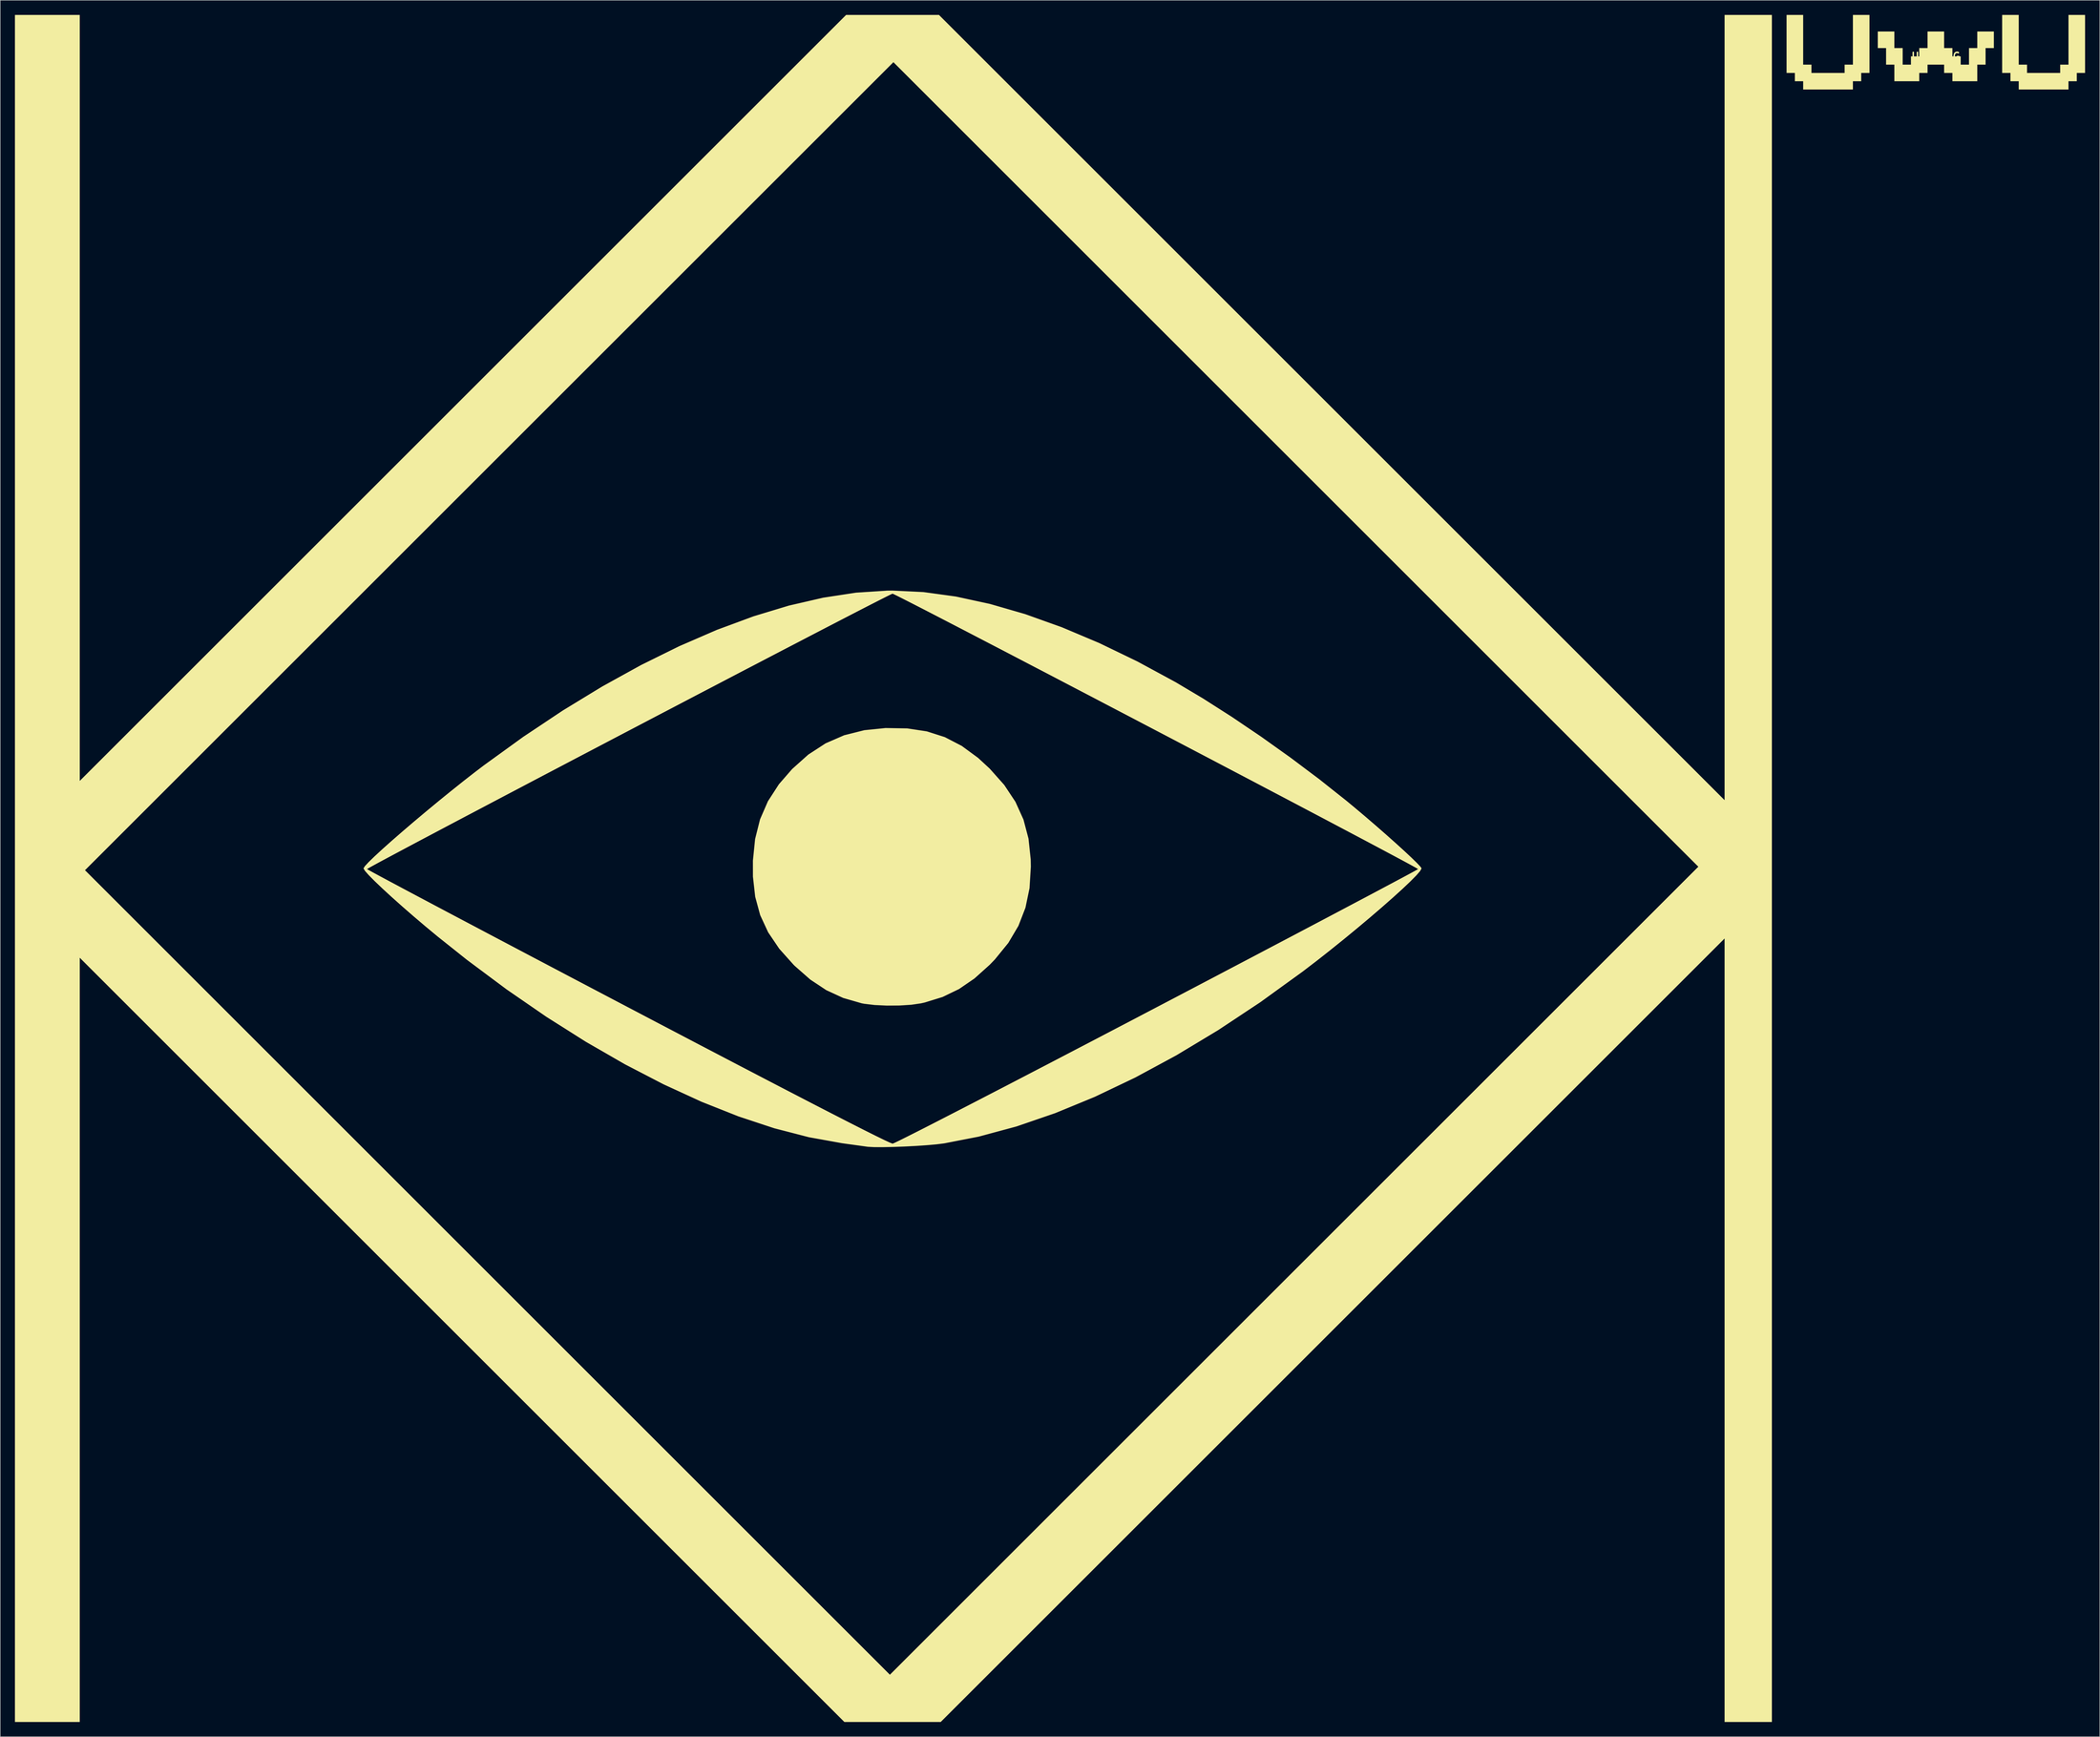
<source format=kicad_pcb>
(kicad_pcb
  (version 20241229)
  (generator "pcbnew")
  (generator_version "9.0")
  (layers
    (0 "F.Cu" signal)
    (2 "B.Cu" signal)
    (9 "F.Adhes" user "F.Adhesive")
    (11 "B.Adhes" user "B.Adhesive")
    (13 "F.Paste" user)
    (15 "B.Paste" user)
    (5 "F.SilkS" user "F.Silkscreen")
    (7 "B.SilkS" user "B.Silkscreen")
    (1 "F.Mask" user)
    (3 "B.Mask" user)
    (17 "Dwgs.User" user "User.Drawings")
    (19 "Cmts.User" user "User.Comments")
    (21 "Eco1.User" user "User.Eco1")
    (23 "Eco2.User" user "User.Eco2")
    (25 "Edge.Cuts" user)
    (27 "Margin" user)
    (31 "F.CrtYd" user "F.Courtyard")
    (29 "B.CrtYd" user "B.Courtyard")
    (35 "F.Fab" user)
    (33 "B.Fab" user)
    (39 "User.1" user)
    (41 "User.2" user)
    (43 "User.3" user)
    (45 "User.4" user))
  (footprint "UWU_IMG"
    (layer "F.Cu")
    (at 392.3 8.467)
    (property "Reference" "UWU_IMG" (at 0 0 0) (layer "F.SilkS") (effects (font (size 1.5 1.5) (thickness 0.3))))
    (attr board_only exclude_from_pos_files exclude_from_bom)
    (fp_poly (pts (xy -27.093 -3.387) (xy -27.093 1.693) (xy -26.247 1.693) (xy -25.4 1.693) (xy -25.4 2.54) (xy -25.4 3.387) (xy -22.013 3.387) (xy -18.627 3.387) (xy -18.627 2.54) (xy -18.627 1.693) (xy -17.78 1.693) (xy -16.933 1.693) (xy -16.933 -3.387) (xy -16.933 -8.467) (xy -15.24 -8.467) (xy -13.547 -8.467) (xy -13.547 -2.54) (xy -13.547 3.387) (xy -14.393 3.387) (xy -15.24 3.387) (xy -15.24 4.233) (xy -15.24 5.08) (xy -16.087 5.08) (xy -16.933 5.08) (xy -16.933 5.927) (xy -16.933 6.773) (xy -22.013 6.773) (xy -27.093 6.773) (xy -27.093 5.927) (xy -27.093 5.08) (xy -27.94 5.08) (xy -28.787 5.08) (xy -28.787 4.233) (xy -28.787 3.387) (xy -29.633 3.387) (xy -30.48 3.387) (xy -30.48 -2.54) (xy -30.48 -8.467) (xy -28.787 -8.467) (xy -27.093 -8.467)) (stroke (width 0) (type solid)) (fill yes) (layer "F.SilkS"))
    (fp_poly (pts (xy 16.933 -3.387) (xy 16.933 1.693) (xy 17.78 1.693) (xy 18.627 1.693) (xy 18.627 2.54) (xy 18.627 3.387) (xy 22.013 3.387) (xy 25.4 3.387) (xy 25.4 2.54) (xy 25.4 1.693) (xy 26.247 1.693) (xy 27.093 1.693) (xy 27.093 -3.387) (xy 27.093 -8.467) (xy 28.787 -8.467) (xy 30.48 -8.467) (xy 30.48 -2.54) (xy 30.48 3.387) (xy 29.633 3.387) (xy 28.787 3.387) (xy 28.787 4.233) (xy 28.787 5.08) (xy 27.94 5.08) (xy 27.093 5.08) (xy 27.093 5.927) (xy 27.093 6.773) (xy 22.013 6.773) (xy 16.933 6.773) (xy 16.933 5.927) (xy 16.933 5.08) (xy 16.087 5.08) (xy 15.24 5.08) (xy 15.24 4.233) (xy 15.24 3.387) (xy 14.393 3.387) (xy 13.547 3.387) (xy 13.547 -2.54) (xy 13.547 -8.467) (xy 15.24 -8.467) (xy 16.933 -8.467)) (stroke (width 0) (type solid)) (fill yes) (layer "F.SilkS"))
    (fp_poly (pts (xy -8.467 -3.387) (xy -8.467 -1.693) (xy -7.62 -1.693) (xy -6.773 -1.693) (xy -6.773 0) (xy -6.773 1.693) (xy -5.927 1.693) (xy -5.08 1.693) (xy -5.08 0.847) (xy -5.08 0) (xy -4.233 0) (xy -3.387 0) (xy -3.387 -0.847) (xy -3.387 -1.693) (xy -2.54 -1.693) (xy -1.693 -1.693) (xy -1.693 -3.387) (xy -1.693 -5.08) (xy 0 -5.08) (xy 1.693 -5.08) (xy 1.693 -3.387) (xy 1.693 -1.693) (xy 2.54 -1.693) (xy 3.387 -1.693) (xy 3.387 -0.847) (xy 3.387 0) (xy 4.233 0) (xy 5.08 0) (xy 5.08 0.847) (xy 5.08 1.693) (xy 5.927 1.693) (xy 6.773 1.693) (xy 6.773 0) (xy 6.773 -1.693) (xy 7.62 -1.693) (xy 8.467 -1.693) (xy 8.467 -3.387) (xy 8.467 -5.08) (xy 10.16 -5.08) (xy 11.853 -5.08) (xy 11.853 -3.387) (xy 11.853 -1.693) (xy 11.007 -1.693) (xy 10.16 -1.693) (xy 10.16 0) (xy 10.16 1.693) (xy 9.313 1.693) (xy 8.467 1.693) (xy 8.467 3.387) (xy 8.467 5.08) (xy 5.927 5.08) (xy 3.387 5.08) (xy 3.387 4.233) (xy 3.387 3.387) (xy 2.54 3.387) (xy 1.693 3.387) (xy 1.693 2.54) (xy 1.693 1.693) (xy 0 1.693) (xy -1.693 1.693) (xy -1.693 2.54) (xy -1.693 3.387) (xy -2.54 3.387) (xy -3.387 3.387) (xy -3.387 4.233) (xy -3.387 5.08) (xy -5.927 5.08) (xy -8.467 5.08) (xy -8.467 3.387) (xy -8.467 1.693) (xy -9.313 1.693) (xy -10.16 1.693) (xy -10.16 0) (xy -10.16 -1.693) (xy -11.007 -1.693) (xy -11.853 -1.693) (xy -11.853 -3.387) (xy -11.853 -5.08) (xy -10.16 -5.08) (xy -8.467 -5.08)) (stroke (width 0) (type solid)) (fill yes) (layer "F.SilkS")))
  (footprint "SYMBOL_IMG"
    (layer "F.Cu")
    (at 179.41 174.401)
    (property "Reference" "SYMBOL_IMG" (at 0 0 0) (layer "F.SilkS") (effects (font (size 1.5 1.5) (thickness 0.3))))
    (attr board_only exclude_from_pos_files exclude_from_bom)
    (fp_poly (pts (xy -166.173 -96.145) (xy -166.173 -17.888) (xy -87.916 -96.145) (xy -9.659 -174.401) (xy -0.179 -174.401) (xy 9.301 -174.401) (xy 89.526 -94.177) (xy 169.751 -13.953) (xy 169.751 -94.177) (xy 169.751 -174.401) (xy 174.58 -174.401) (xy 179.41 -174.401) (xy 179.41 0) (xy 179.41 174.401) (xy 174.58 174.401) (xy 169.751 174.401) (xy 169.751 94.356) (xy 169.751 14.31) (xy 89.705 94.356) (xy 9.659 174.401) (xy -0.179 174.401) (xy -10.016 174.401) (xy -88.095 96.324) (xy -166.173 18.246) (xy -166.173 96.324) (xy -166.173 174.401) (xy -172.792 174.401) (xy -179.41 174.401) (xy -179.41 0.357) (xy -165.1 0.357) (xy -82.908 82.55) (xy -0.716 164.742) (xy 81.834 82.193) (xy 164.385 -0.357) (xy 82.193 -82.55) (xy 0.001 -164.742) (xy -82.55 -82.193) (xy -165.1 0.357) (xy -179.41 0.357) (xy -179.41 0) (xy -179.41 -174.401) (xy -172.792 -174.401) (xy -166.173 -174.401)) (stroke (width 0) (type solid)) (fill yes) (layer "F.SilkS"))
    (fp_poly (pts (xy 2.816 -28.619) (xy 6.822 -28.01) (xy 10.504 -26.83) (xy 13.958 -25.04) (xy 17.276 -22.605) (xy 19.676 -20.392) (xy 22.64 -17.053) (xy 24.923 -13.613) (xy 26.561 -9.988) (xy 27.589 -6.095) (xy 28.042 -1.85) (xy 28.071 -0.358) (xy 27.8 4.022) (xy 26.966 8.022) (xy 25.534 11.726) (xy 23.467 15.218) (xy 20.732 18.58) (xy 19.676 19.676) (xy 16.559 22.476) (xy 13.398 24.643) (xy 10.058 26.254) (xy 6.401 27.386) (xy 5.612 27.564) (xy 3.629 27.852) (xy 1.216 28.004) (xy -1.364 28.021) (xy -3.846 27.903) (xy -5.967 27.65) (xy -6.488 27.549) (xy -10.257 26.46) (xy -13.707 24.871) (xy -16.962 22.715) (xy -20.145 19.921) (xy -20.392 19.676) (xy -23.323 16.395) (xy -25.581 13.05) (xy -27.204 9.545) (xy -28.228 5.785) (xy -28.69 1.675) (xy -28.694 -1.61) (xy -28.245 -6.023) (xy -27.235 -10.037) (xy -25.627 -13.736) (xy -23.383 -17.207) (xy -20.68 -20.32) (xy -17.37 -23.275) (xy -13.848 -25.566) (xy -10.056 -27.216) (xy -5.937 -28.253) (xy -1.61 -28.694)) (stroke (width 0) (type solid)) (fill yes) (layer "F.SilkS"))
    (fp_poly (pts (xy 6.127 -56.469) (xy 12.767 -55.558) (xy 19.707 -54.052) (xy 26.917 -51.962) (xy 34.364 -49.298) (xy 42.016 -46.07) (xy 49.841 -42.288) (xy 57.683 -38.036) (xy 63.236 -34.728) (xy 69.096 -30.985) (xy 75.107 -26.918) (xy 81.111 -22.636) (xy 86.952 -18.249) (xy 92.473 -13.866) (xy 94.016 -12.592) (xy 96.234 -10.723) (xy 98.439 -8.829) (xy 100.564 -6.971) (xy 102.541 -5.21) (xy 104.304 -3.607) (xy 105.785 -2.224) (xy 106.916 -1.122) (xy 107.63 -0.362) (xy 107.861 -0.015) (xy 107.588 0.501) (xy 106.808 1.407) (xy 105.577 2.654) (xy 103.954 4.192) (xy 101.994 5.97) (xy 99.756 7.94) (xy 97.296 10.053) (xy 94.671 12.257) (xy 91.939 14.504) (xy 89.156 16.745) (xy 86.38 18.928) (xy 83.668 21.006) (xy 83.58 21.072) (xy 74.935 27.328) (xy 66.341 33.028) (xy 57.828 38.158) (xy 49.422 42.705) (xy 41.152 46.656) (xy 33.045 49.997) (xy 25.128 52.716) (xy 17.43 54.798) (xy 10.375 56.171) (xy 8.825 56.364) (xy 6.845 56.541) (xy 4.593 56.695) (xy 2.228 56.818) (xy -0.092 56.904) (xy -2.207 56.947) (xy -3.96 56.938) (xy -5.192 56.872) (xy -5.366 56.851) (xy -6.154 56.74) (xy -7.455 56.56) (xy -9.075 56.337) (xy -10.471 56.145) (xy -17.245 54.925) (xy -24.317 53.092) (xy -31.649 50.665) (xy -39.204 47.664) (xy -46.943 44.107) (xy -54.831 40.015) (xy -62.828 35.405) (xy -70.897 30.299) (xy -79.001 24.713) (xy -87.102 18.669) (xy -93.076 13.909) (xy -95.58 11.833) (xy -98.02 9.758) (xy -100.336 7.741) (xy -102.468 5.839) (xy -104.353 4.106) (xy -105.932 2.6) (xy -107.143 1.376) (xy -107.925 0.49) (xy -108.14 0.128) (xy -107.494 0.128) (xy -107.182 0.316) (xy -106.269 0.82) (xy -104.787 1.621) (xy -102.771 2.703) (xy -100.251 4.048) (xy -97.262 5.638) (xy -93.836 7.457) (xy -90.005 9.487) (xy -85.802 11.71) (xy -81.261 14.11) (xy -76.413 16.669) (xy -71.292 19.369) (xy -65.93 22.194) (xy -60.36 25.126) (xy -54.614 28.147) (xy -54.279 28.323) (xy -46.582 32.366) (xy -39.456 36.102) (xy -32.906 39.528) (xy -26.937 42.643) (xy -21.553 45.444) (xy -16.761 47.927) (xy -12.565 50.091) (xy -8.969 51.934) (xy -5.98 53.451) (xy -3.6 54.642) (xy -1.837 55.503) (xy -0.694 56.032) (xy -0.176 56.227) (xy -0.158 56.227) (xy 0.253 56.057) (xy 1.264 55.571) (xy 2.842 54.785) (xy 4.952 53.719) (xy 7.561 52.388) (xy 10.636 50.81) (xy 14.144 49.003) (xy 18.051 46.984) (xy 22.323 44.77) (xy 26.927 42.378) (xy 31.83 39.825) (xy 36.998 37.13) (xy 42.398 34.309) (xy 47.996 31.379) (xy 53.759 28.358) (xy 53.942 28.262) (xy 59.697 25.242) (xy 65.278 22.31) (xy 70.653 19.483) (xy 75.788 16.78) (xy 80.652 14.218) (xy 85.212 11.813) (xy 89.434 9.583) (xy 93.285 7.546) (xy 96.735 5.719) (xy 99.748 4.118) (xy 102.293 2.763) (xy 104.338 1.668) (xy 105.848 0.853) (xy 106.791 0.335) (xy 107.136 0.13) (xy 107.137 0.128) (xy 106.827 -0.066) (xy 105.923 -0.57) (xy 104.464 -1.363) (xy 102.49 -2.423) (xy 100.041 -3.731) (xy 97.156 -5.265) (xy 93.876 -7.005) (xy 90.24 -8.928) (xy 86.289 -11.016) (xy 82.061 -13.246) (xy 77.597 -15.597) (xy 72.936 -18.05) (xy 68.119 -20.583) (xy 63.186 -23.174) (xy 58.175 -25.805) (xy 53.128 -28.452) (xy 48.083 -31.096) (xy 43.08 -33.715) (xy 38.16 -36.29) (xy 33.363 -38.798) (xy 28.727 -41.219) (xy 24.294 -43.532) (xy 20.102 -45.716) (xy 16.191 -47.75) (xy 12.602 -49.614) (xy 9.375 -51.287) (xy 6.548 -52.747) (xy 4.162 -53.974) (xy 2.257 -54.946) (xy 0.872 -55.644) (xy 0.048 -56.046) (xy -0.179 -56.141) (xy -0.55 -55.978) (xy -1.512 -55.503) (xy -3.025 -54.738) (xy -5.049 -53.702) (xy -7.544 -52.417) (xy -10.471 -50.905) (xy -13.789 -49.184) (xy -17.458 -47.278) (xy -21.44 -45.205) (xy -25.693 -42.988) (xy -30.179 -40.648) (xy -34.857 -38.204) (xy -39.687 -35.678) (xy -44.631 -33.091) (xy -49.647 -30.464) (xy -54.696 -27.817) (xy -59.738 -25.172) (xy -64.734 -22.549) (xy -69.644 -19.97) (xy -74.427 -17.454) (xy -79.043 -15.024) (xy -83.454 -12.699) (xy -87.62 -10.502) (xy -91.499 -8.452) (xy -95.054 -6.57) (xy -98.243 -4.878) (xy -101.026 -3.396) (xy -103.365 -2.146) (xy -105.22 -1.148) (xy -106.549 -0.422) (xy -107.314 0.009) (xy -107.494 0.128) (xy -108.14 0.128) (xy -108.218 -0.002) (xy -108.218 -0.015) (xy -107.948 -0.458) (xy -107.178 -1.293) (xy -105.97 -2.468) (xy -104.384 -3.931) (xy -102.481 -5.629) (xy -100.322 -7.51) (xy -97.969 -9.523) (xy -95.482 -11.614) (xy -92.922 -13.731) (xy -90.35 -15.823) (xy -87.828 -17.836) (xy -85.415 -19.72) (xy -83.713 -21.017) (xy -75.582 -26.901) (xy -67.483 -32.298) (xy -59.448 -37.196) (xy -51.509 -41.58) (xy -43.696 -45.437) (xy -36.042 -48.754) (xy -28.577 -51.517) (xy -21.332 -53.714) (xy -14.34 -55.329) (xy -7.632 -56.351) (xy -1.238 -56.766) (xy -0.179 -56.775)) (stroke (width 0) (type solid)) (fill yes) (layer "F.SilkS")))
  (gr_rect
    (start -3 -3)
    (end 425.78 351.803)
    (stroke (width 0.1) (type default))
    (fill no)
    (layer "Edge.Cuts")))
</source>
